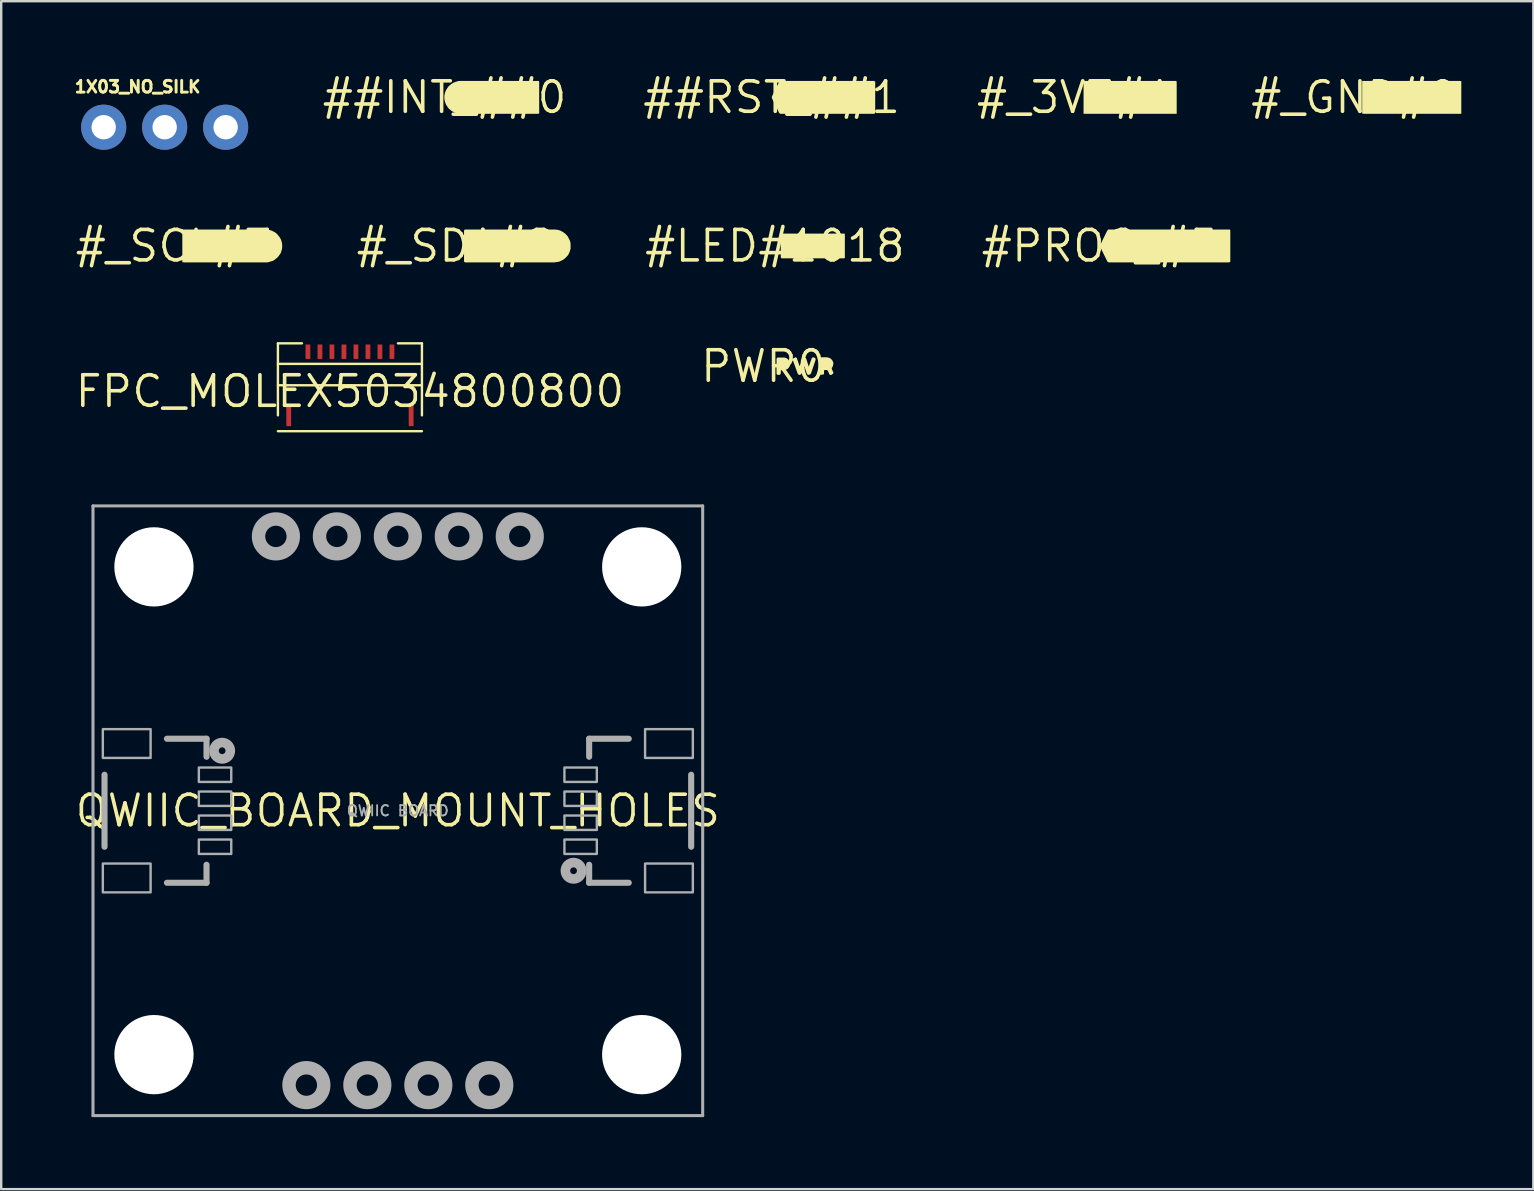
<source format=kicad_pcb>
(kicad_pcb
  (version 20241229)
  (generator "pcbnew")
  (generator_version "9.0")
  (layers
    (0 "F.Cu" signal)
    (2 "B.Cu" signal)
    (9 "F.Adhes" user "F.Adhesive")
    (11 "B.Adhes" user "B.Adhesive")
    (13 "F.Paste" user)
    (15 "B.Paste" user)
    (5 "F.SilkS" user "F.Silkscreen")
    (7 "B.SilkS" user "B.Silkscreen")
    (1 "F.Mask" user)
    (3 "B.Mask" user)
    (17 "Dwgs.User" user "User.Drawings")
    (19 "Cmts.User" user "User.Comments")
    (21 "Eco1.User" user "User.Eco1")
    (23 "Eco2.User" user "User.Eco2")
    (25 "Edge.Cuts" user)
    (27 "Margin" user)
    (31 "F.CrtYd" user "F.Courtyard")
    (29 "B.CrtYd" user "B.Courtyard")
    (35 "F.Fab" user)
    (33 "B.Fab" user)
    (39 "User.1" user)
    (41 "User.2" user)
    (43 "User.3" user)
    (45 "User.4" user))
  (footprint "#_SCL#3"
    (layer "F.Cu")
    (at 4.21 7.196)
    (property "Reference" "#_SCL#3" (at 0 0 0) (layer "F.SilkS") (effects (font (size 1.27 1.27) (thickness 0.15))))
    (fp_poly (pts (xy 3.931 -0.675) (xy 4.001 -0.655) (xy 4.062 -0.635) (xy 4.183 -0.574) (xy 4.243 -0.534) (xy 4.294 -0.483) (xy 4.334 -0.433) (xy 4.374 -0.383) (xy 4.414 -0.323) (xy 4.445 -0.262) (xy 4.465 -0.201) (xy 4.485 -0.131) (xy 4.495 -0.07) (xy 4.495 0.07) (xy 4.485 0.141) (xy 4.465 0.201) (xy 4.445 0.272) (xy 4.414 0.333) (xy 4.374 0.383) (xy 4.334 0.443) (xy 4.283 0.494) (xy 4.233 0.534) (xy 4.183 0.574) (xy 4.122 0.615) (xy 4.061 0.635) (xy 3.991 0.655) (xy 3.931 0.675) (xy 3.86 0.685) (xy 0.4 0.685) (xy 0.335 0.674) (xy 0.335 -0.62) (xy 0.346 -0.685) (xy 3.86 -0.685)) (stroke (width 0) (type solid)) (fill yes) (layer "F.SilkS")))
  (footprint "#_GND#0"
    (layer "F.Cu")
    (at 53.363 1.006)
    (property "Reference" "#_GND#0" (at 0 0 0) (layer "F.SilkS") (effects (font (size 1.27 1.27) (thickness 0.15))))
    (fp_poly (pts (xy 4.465 -0.674) (xy 4.465 0.685) (xy 0.4 0.685) (xy 0.335 0.674) (xy 0.335 -0.685) (xy 4.4 -0.685)) (stroke (width 0) (type solid)) (fill yes) (layer "F.SilkS")))
  (footprint "QWIIC_BOARD_MOUNT_HOLES"
    (layer "F.Cu")
    (at 13.524 30.726)
    (property "Reference" "QWIIC_BOARD_MOUNT_HOLES" (at 0 0 0) (layer "F.SilkS") (effects (font (size 1.27 1.27) (thickness 0.15))))
    (fp_line (start -12.7 -12.7) (end 12.7 -12.7) (stroke (width 0.127) (type solid)) (layer "F.Fab"))
    (fp_line (start -12.7 12.7) (end -12.7 -12.7) (stroke (width 0.127) (type solid)) (layer "F.Fab"))
    (fp_line (start -12.22 -1.5) (end -12.22 1.5) (stroke (width 0.254) (type solid)) (layer "F.Fab"))
    (fp_line (start -9.62 -3) (end -7.97 -3) (stroke (width 0.254) (type solid)) (layer "F.Fab"))
    (fp_line (start -7.97 -3) (end -7.97 -2.25) (stroke (width 0.254) (type solid)) (layer "F.Fab"))
    (fp_line (start -7.97 2.25) (end -7.97 3) (stroke (width 0.254) (type solid)) (layer "F.Fab"))
    (fp_line (start -7.97 3) (end -9.62 3) (stroke (width 0.254) (type solid)) (layer "F.Fab"))
    (fp_line (start 7.97 -3) (end 9.62 -3) (stroke (width 0.254) (type solid)) (layer "F.Fab"))
    (fp_line (start 7.97 -2.25) (end 7.97 -3) (stroke (width 0.254) (type solid)) (layer "F.Fab"))
    (fp_line (start 7.97 3) (end 7.97 2.25) (stroke (width 0.254) (type solid)) (layer "F.Fab"))
    (fp_line (start 9.62 3) (end 7.97 3) (stroke (width 0.254) (type solid)) (layer "F.Fab"))
    (fp_line (start 12.22 1.5) (end 12.22 -1.5) (stroke (width 0.254) (type solid)) (layer "F.Fab"))
    (fp_line (start 12.7 -12.7) (end 12.7 12.7) (stroke (width 0.127) (type solid)) (layer "F.Fab"))
    (fp_line (start 12.7 12.7) (end -12.7 12.7) (stroke (width 0.127) (type solid)) (layer "F.Fab"))
    (fp_circle (center -7.32 -2.5) (end -7.179 -2.5) (stroke (width 0.4) (type solid)) (fill no) (layer "F.Fab"))
    (fp_circle (center -5.08 -11.43) (end -4.356 -11.43) (stroke (width 0.559) (type solid)) (fill no) (layer "F.Fab"))
    (fp_circle (center -3.81 11.43) (end -3.086 11.43) (stroke (width 0.559) (type solid)) (fill no) (layer "F.Fab"))
    (fp_circle (center -2.54 -11.43) (end -1.816 -11.43) (stroke (width 0.559) (type solid)) (fill no) (layer "F.Fab"))
    (fp_circle (center -1.27 11.43) (end -0.546 11.43) (stroke (width 0.559) (type solid)) (fill no) (layer "F.Fab"))
    (fp_circle (center 0 -11.43) (end 0.724 -11.43) (stroke (width 0.559) (type solid)) (fill no) (layer "F.Fab"))
    (fp_circle (center 1.27 11.43) (end 1.994 11.43) (stroke (width 0.559) (type solid)) (fill no) (layer "F.Fab"))
    (fp_circle (center 2.54 -11.43) (end 3.264 -11.43) (stroke (width 0.559) (type solid)) (fill no) (layer "F.Fab"))
    (fp_circle (center 3.81 11.43) (end 4.534 11.43) (stroke (width 0.559) (type solid)) (fill no) (layer "F.Fab"))
    (fp_circle (center 5.08 -11.43) (end 5.804 -11.43) (stroke (width 0.559) (type solid)) (fill no) (layer "F.Fab"))
    (fp_circle (center 7.32 2.5) (end 7.461 2.5) (stroke (width 0.4) (type solid)) (fill no) (layer "F.Fab"))
    (fp_poly (pts (xy -12.29 -2.2) (xy -10.3 -2.2) (xy -10.3 -3.4) (xy -12.29 -3.4)) (stroke (width 0.1) (type solid)) (fill no) (layer "F.Fab"))
    (fp_poly (pts (xy -12.29 3.4) (xy -10.3 3.4) (xy -10.3 2.2) (xy -12.29 2.2)) (stroke (width 0.1) (type solid)) (fill no) (layer "F.Fab"))
    (fp_poly (pts (xy -8.29 -1.2) (xy -6.94 -1.2) (xy -6.94 -1.8) (xy -8.29 -1.8)) (stroke (width 0.1) (type solid)) (fill no) (layer "F.Fab"))
    (fp_poly (pts (xy -8.29 -0.2) (xy -6.94 -0.2) (xy -6.94 -0.8) (xy -8.29 -0.8)) (stroke (width 0.1) (type solid)) (fill no) (layer "F.Fab"))
    (fp_poly (pts (xy -8.29 0.8) (xy -6.94 0.8) (xy -6.94 0.2) (xy -8.29 0.2)) (stroke (width 0.1) (type solid)) (fill no) (layer "F.Fab"))
    (fp_poly (pts (xy -8.29 1.8) (xy -6.94 1.8) (xy -6.94 1.2) (xy -8.29 1.2)) (stroke (width 0.1) (type solid)) (fill no) (layer "F.Fab"))
    (fp_poly (pts (xy 8.29 -1.8) (xy 6.94 -1.8) (xy 6.94 -1.2) (xy 8.29 -1.2)) (stroke (width 0.1) (type solid)) (fill no) (layer "F.Fab"))
    (fp_poly (pts (xy 8.29 -0.8) (xy 6.94 -0.8) (xy 6.94 -0.2) (xy 8.29 -0.2)) (stroke (width 0.1) (type solid)) (fill no) (layer "F.Fab"))
    (fp_poly (pts (xy 8.29 0.2) (xy 6.94 0.2) (xy 6.94 0.8) (xy 8.29 0.8)) (stroke (width 0.1) (type solid)) (fill no) (layer "F.Fab"))
    (fp_poly (pts (xy 8.29 1.2) (xy 6.94 1.2) (xy 6.94 1.8) (xy 8.29 1.8)) (stroke (width 0.1) (type solid)) (fill no) (layer "F.Fab"))
    (fp_poly (pts (xy 12.29 -3.4) (xy 10.3 -3.4) (xy 10.3 -2.2) (xy 12.29 -2.2)) (stroke (width 0.1) (type solid)) (fill no) (layer "F.Fab"))
    (fp_poly (pts (xy 12.29 2.2) (xy 10.3 2.2) (xy 10.3 3.4) (xy 12.29 3.4)) (stroke (width 0.1) (type solid)) (fill no) (layer "F.Fab"))
    (fp_text user "QWIIC BOARD" (at 0 0 0) (layer "F.Fab") (effects (font (size 0.432 0.432) (thickness 0.076))))
    (pad "" np_thru_hole circle (at -10.16 -10.16) (size 3.302 3.302) (drill 3.302) (layers "*.Cu" "*.Mask"))
    (pad "" np_thru_hole circle (at -10.16 10.16) (size 3.302 3.302) (drill 3.302) (layers "*.Cu" "*.Mask"))
    (pad "" np_thru_hole circle (at 10.16 -10.16) (size 3.302 3.302) (drill 3.302) (layers "*.Cu" "*.Mask"))
    (pad "" np_thru_hole circle (at 10.16 10.16) (size 3.302 3.302) (drill 3.302) (layers "*.Cu" "*.Mask")))
  (footprint "#_SDA#2"
    (layer "F.Cu")
    (at 15.946 7.196)
    (property "Reference" "#_SDA#2" (at 0 0 0) (layer "F.SilkS") (effects (font (size 1.27 1.27) (thickness 0.15))))
    (fp_poly (pts (xy 4.201 -0.675) (xy 4.261 -0.665) (xy 4.332 -0.645) (xy 4.453 -0.584) (xy 4.503 -0.544) (xy 4.563 -0.504) (xy 4.604 -0.453) (xy 4.654 -0.403) (xy 4.745 -0.222) (xy 4.765 -0.151) (xy 4.775 -0.09) (xy 4.775 0.121) (xy 4.755 0.181) (xy 4.735 0.252) (xy 4.674 0.373) (xy 4.634 0.423) (xy 4.584 0.474) (xy 4.533 0.524) (xy 4.483 0.564) (xy 4.302 0.655) (xy 4.231 0.665) (xy 4.171 0.675) (xy 4.1 0.685) (xy 0.378 0.685) (xy 0.335 0.652) (xy 0.335 -0.642) (xy 0.367 -0.685) (xy 4.13 -0.685)) (stroke (width 0) (type solid)) (fill yes) (layer "F.SilkS")))
  (footprint "##RST_##1"
    (layer "F.Cu")
    (at 29.096 1.006)
    (property "Reference" "##RST_##1" (at 0 0 0) (layer "F.SilkS") (effects (font (size 1.27 1.27) (thickness 0.15))))
    (fp_poly (pts (xy 4.315 -0.652) (xy 4.315 0.642) (xy 4.282 0.685) (xy 0.348 0.685) (xy 0.306 0.633) (xy 0.005 0.021) (xy 0.015 -0.042) (xy 0.316 -0.654) (xy 0.369 -0.685) (xy 4.272 -0.685)) (stroke (width 0) (type solid)) (fill yes) (layer "F.SilkS")))
  (footprint "##INT_##0"
    (layer "F.Cu")
    (at 15.468 1.006)
    (property "Reference" "##INT_##0" (at 0 0 0) (layer "F.SilkS") (effects (font (size 1.27 1.27) (thickness 0.15))))
    (fp_poly (pts (xy 0.559 0.675) (xy 0.499 0.655) (xy 0.428 0.635) (xy 0.307 0.574) (xy 0.257 0.534) (xy 0.207 0.494) (xy 0.156 0.443) (xy 0.116 0.383) (xy 0.076 0.323) (xy 0.045 0.262) (xy 0.025 0.201) (xy 0.005 0.131) (xy -0.005 0.07) (xy -0.005 -0.07) (xy 0.005 -0.131) (xy 0.025 -0.201) (xy 0.045 -0.262) (xy 0.076 -0.323) (xy 0.116 -0.383) (xy 0.156 -0.443) (xy 0.207 -0.494) (xy 0.257 -0.534) (xy 0.307 -0.574) (xy 0.428 -0.635) (xy 0.499 -0.655) (xy 0.559 -0.675) (xy 0.63 -0.685) (xy 3.934 -0.685) (xy 3.945 -0.62) (xy 3.945 0.674) (xy 3.88 0.685) (xy 0.63 0.685)) (stroke (width 0) (type solid)) (fill yes) (layer "F.SilkS")))
  (footprint "FPC_MOLEX5034800800"
    (layer "F.Cu")
    (at 11.528 13.253)
    (property "Reference" "FPC_MOLEX5034800800" (at 0 0 0) (layer "F.SilkS") (effects (font (size 1.27 1.27) (thickness 0.15))))
    (fp_line (start -3 -2) (end -3 1) (stroke (width 0.1) (type solid)) (layer "F.SilkS"))
    (fp_line (start -3 1.66) (end 3 1.66) (stroke (width 0.1) (type solid)) (layer "F.SilkS"))
    (fp_line (start -2.998 -1.143) (end 2.998 -1.143) (stroke (width 0.1) (type solid)) (layer "F.SilkS"))
    (fp_line (start -2 -2) (end -3 -2) (stroke (width 0.1) (type solid)) (layer "F.SilkS"))
    (fp_line (start 2 -2) (end 3 -2) (stroke (width 0.1) (type solid)) (layer "F.SilkS"))
    (fp_line (start 2.998 -0.254) (end -2.998 -0.254) (stroke (width 0.1) (type solid)) (layer "F.SilkS"))
    (fp_line (start 3 -2) (end 3 1) (stroke (width 0.1) (type solid)) (layer "F.SilkS"))
    (pad "1" smd rect (at -1.75 -1.65) (size 0.2 0.6) (layers "F.Cu" "F.Mask" "F.Paste"))
    (pad "2" smd rect (at -1.25 -1.65) (size 0.2 0.6) (layers "F.Cu" "F.Mask" "F.Paste"))
    (pad "3" smd rect (at -0.75 -1.65) (size 0.2 0.6) (layers "F.Cu" "F.Mask" "F.Paste"))
    (pad "4" smd rect (at -0.25 -1.65) (size 0.2 0.6) (layers "F.Cu" "F.Mask" "F.Paste"))
    (pad "5" smd rect (at 0.25 -1.65) (size 0.2 0.6) (layers "F.Cu" "F.Mask" "F.Paste"))
    (pad "6" smd rect (at 0.75 -1.65) (size 0.2 0.6) (layers "F.Cu" "F.Mask" "F.Paste"))
    (pad "7" smd rect (at 1.25 -1.65) (size 0.2 0.6) (layers "F.Cu" "F.Mask" "F.Paste"))
    (pad "8" smd rect (at 1.75 -1.65) (size 0.2 0.6) (layers "F.Cu" "F.Mask" "F.Paste"))
    (pad "MNT1" smd rect (at -2.55 1) (size 0.2 0.9) (layers "F.Cu" "F.Mask" "F.Paste"))
    (pad "MNT2" smd rect (at 2.55 1) (size 0.2 0.9) (layers "F.Cu" "F.Mask" "F.Paste")))
  (footprint "PWR0"
    (layer "F.Cu")
    (at 28.754 12.209)
    (property "Reference" "PWR0" (at 0 0 0) (layer "F.SilkS") (effects (font (size 1.27 1.27) (thickness 0.15))))
    (fp_poly (pts (xy 0.922 -0.355) (xy 0.962 -0.334) (xy 1.013 -0.304) (xy 1.074 -0.223) (xy 1.105 -0.182) (xy 1.105 -0.06) (xy 1.095 -0.008) (xy 1.074 0.033) (xy 1.044 0.073) (xy 1.003 0.114) (xy 0.948 0.136) (xy 0.902 0.155) (xy 0.861 0.165) (xy 0.761 0.165) (xy 0.725 0.174) (xy 0.725 0.281) (xy 0.715 0.323) (xy 0.682 0.355) (xy 0.619 0.365) (xy 0.567 0.344) (xy 0.545 0.312) (xy 0.545 -0.301) (xy 0.556 -0.344) (xy 0.609 -0.365) (xy 0.87 -0.365)) (stroke (width 0) (type solid)) (fill yes) (layer "F.SilkS"))
    (fp_poly (pts (xy 1.384 -0.354) (xy 1.405 -0.302) (xy 1.505 -0.012) (xy 1.509 -0.003) (xy 1.605 -0.282) (xy 1.626 -0.334) (xy 1.668 -0.355) (xy 1.721 -0.365) (xy 1.774 -0.333) (xy 1.795 -0.282) (xy 1.883 0.003) (xy 1.896 -0.004) (xy 2.016 -0.343) (xy 2.059 -0.375) (xy 2.112 -0.365) (xy 2.164 -0.333) (xy 2.175 -0.29) (xy 2.165 -0.239) (xy 1.984 0.292) (xy 1.953 0.334) (xy 1.901 0.355) (xy 1.847 0.355) (xy 1.816 0.312) (xy 1.795 0.262) (xy 1.7 -0.014) (xy 1.655 0.132) (xy 1.594 0.303) (xy 1.553 0.344) (xy 1.5 0.365) (xy 1.457 0.344) (xy 1.426 0.302) (xy 1.235 -0.229) (xy 1.225 -0.29) (xy 1.236 -0.323) (xy 1.288 -0.354) (xy 1.34 -0.375)) (stroke (width 0) (type solid)) (fill yes) (layer "F.SilkS"))
    (fp_poly (pts (xy 2.681 -0.365) (xy 2.732 -0.355) (xy 2.772 -0.334) (xy 2.819 -0.306) (xy 2.82 -0.308) (xy 2.823 -0.304) (xy 2.828 -0.301) (xy 2.826 -0.3) (xy 2.854 -0.263) (xy 2.884 -0.222) (xy 2.905 -0.171) (xy 2.915 -0.12) (xy 2.905 -0.059) (xy 2.895 -0.018) (xy 2.874 0.032) (xy 2.845 0.072) (xy 2.845 0.099) (xy 2.884 0.198) (xy 2.905 0.228) (xy 2.915 0.281) (xy 2.894 0.313) (xy 2.842 0.355) (xy 2.789 0.365) (xy 2.746 0.333) (xy 2.696 0.212) (xy 2.657 0.155) (xy 2.561 0.155) (xy 2.525 0.173) (xy 2.525 0.323) (xy 2.492 0.345) (xy 2.42 0.355) (xy 2.367 0.344) (xy 2.345 0.301) (xy 2.345 -0.311) (xy 2.366 -0.354) (xy 2.419 -0.375) (xy 2.63 -0.375)) (stroke (width 0) (type solid)) (fill yes) (layer "F.SilkS")))
  (footprint "#LED#1018"
    (layer "F.Cu")
    (at 29.232 7.196)
    (property "Reference" "#LED#1018" (at 0 0 0) (layer "F.SilkS") (effects (font (size 1.27 1.27) (thickness 0.15))))
    (fp_poly (pts (xy 2.915 -0.471) (xy 2.915 0.504) (xy 2.86 0.515) (xy 0.267 0.515) (xy 0.245 0.471) (xy 0.245 -0.493) (xy 0.289 -0.515) (xy 2.904 -0.515)) (stroke (width 0) (type solid)) (fill yes) (layer "F.SilkS")))
  (footprint "#_3V3#1"
    (layer "F.Cu")
    (at 41.756 1.006)
    (property "Reference" "#_3V3#1" (at 0 0 0) (layer "F.SilkS") (effects (font (size 1.27 1.27) (thickness 0.15))))
    (fp_poly (pts (xy 4.215 -0.61) (xy 4.215 0.685) (xy 0.335 0.685) (xy 0.335 -0.685) (xy 4.204 -0.685)) (stroke (width 0) (type solid)) (fill yes) (layer "F.SilkS")))
  (footprint "1X03_NO_SILK"
    (layer "F.Cu")
    (at 1.27 2.25)
    (property "Reference" "1X03_NO_SILK" (at -1.27 -1.397 0) (layer "F.SilkS") (effects (font (size 0.488 0.488) (thickness 0.122)) (justify left bottom)))
    (fp_poly (pts (xy -0.254 0.254) (xy 0.254 0.254) (xy 0.254 -0.254) (xy -0.254 -0.254)) (stroke (width 0.1) (type solid)) (fill no) (layer "F.Fab"))
    (fp_poly (pts (xy 2.286 0.254) (xy 2.794 0.254) (xy 2.794 -0.254) (xy 2.286 -0.254)) (stroke (width 0.1) (type solid)) (fill no) (layer "F.Fab"))
    (fp_poly (pts (xy 4.826 0.254) (xy 5.334 0.254) (xy 5.334 -0.254) (xy 4.826 -0.254)) (stroke (width 0.1) (type solid)) (fill no) (layer "F.Fab"))
    (pad "1" thru_hole circle (at 0 0 90) (size 1.88 1.88) (drill 1.016) (layers "*.Cu" "*.Mask"))
    (pad "2" thru_hole circle (at 2.54 0 90) (size 1.88 1.88) (drill 1.016) (layers "*.Cu" "*.Mask"))
    (pad "3" thru_hole circle (at 5.08 0 90) (size 1.88 1.88) (drill 1.016) (layers "*.Cu" "*.Mask")))
  (footprint "#PROG_#5"
    (layer "F.Cu")
    (at 42.769 7.196)
    (property "Reference" "#PROG_#5" (at 0 0 0) (layer "F.SilkS") (effects (font (size 1.27 1.27) (thickness 0.15))))
    (fp_poly (pts (xy 5.435 -0.63) (xy 5.435 0.663) (xy 5.381 0.685) (xy 0.369 0.685) (xy 0.316 0.654) (xy 0.015 0.042) (xy 0.005 -0.021) (xy 0.306 -0.633) (xy 0.348 -0.685) (xy 5.424 -0.685)) (stroke (width 0) (type solid)) (fill yes) (layer "F.SilkS")))
  (gr_rect
    (start -3 -3)
    (end 60.828 46.49)
    (stroke (width 0.1) (type default))
    (fill no)
    (layer "Edge.Cuts")))
</source>
